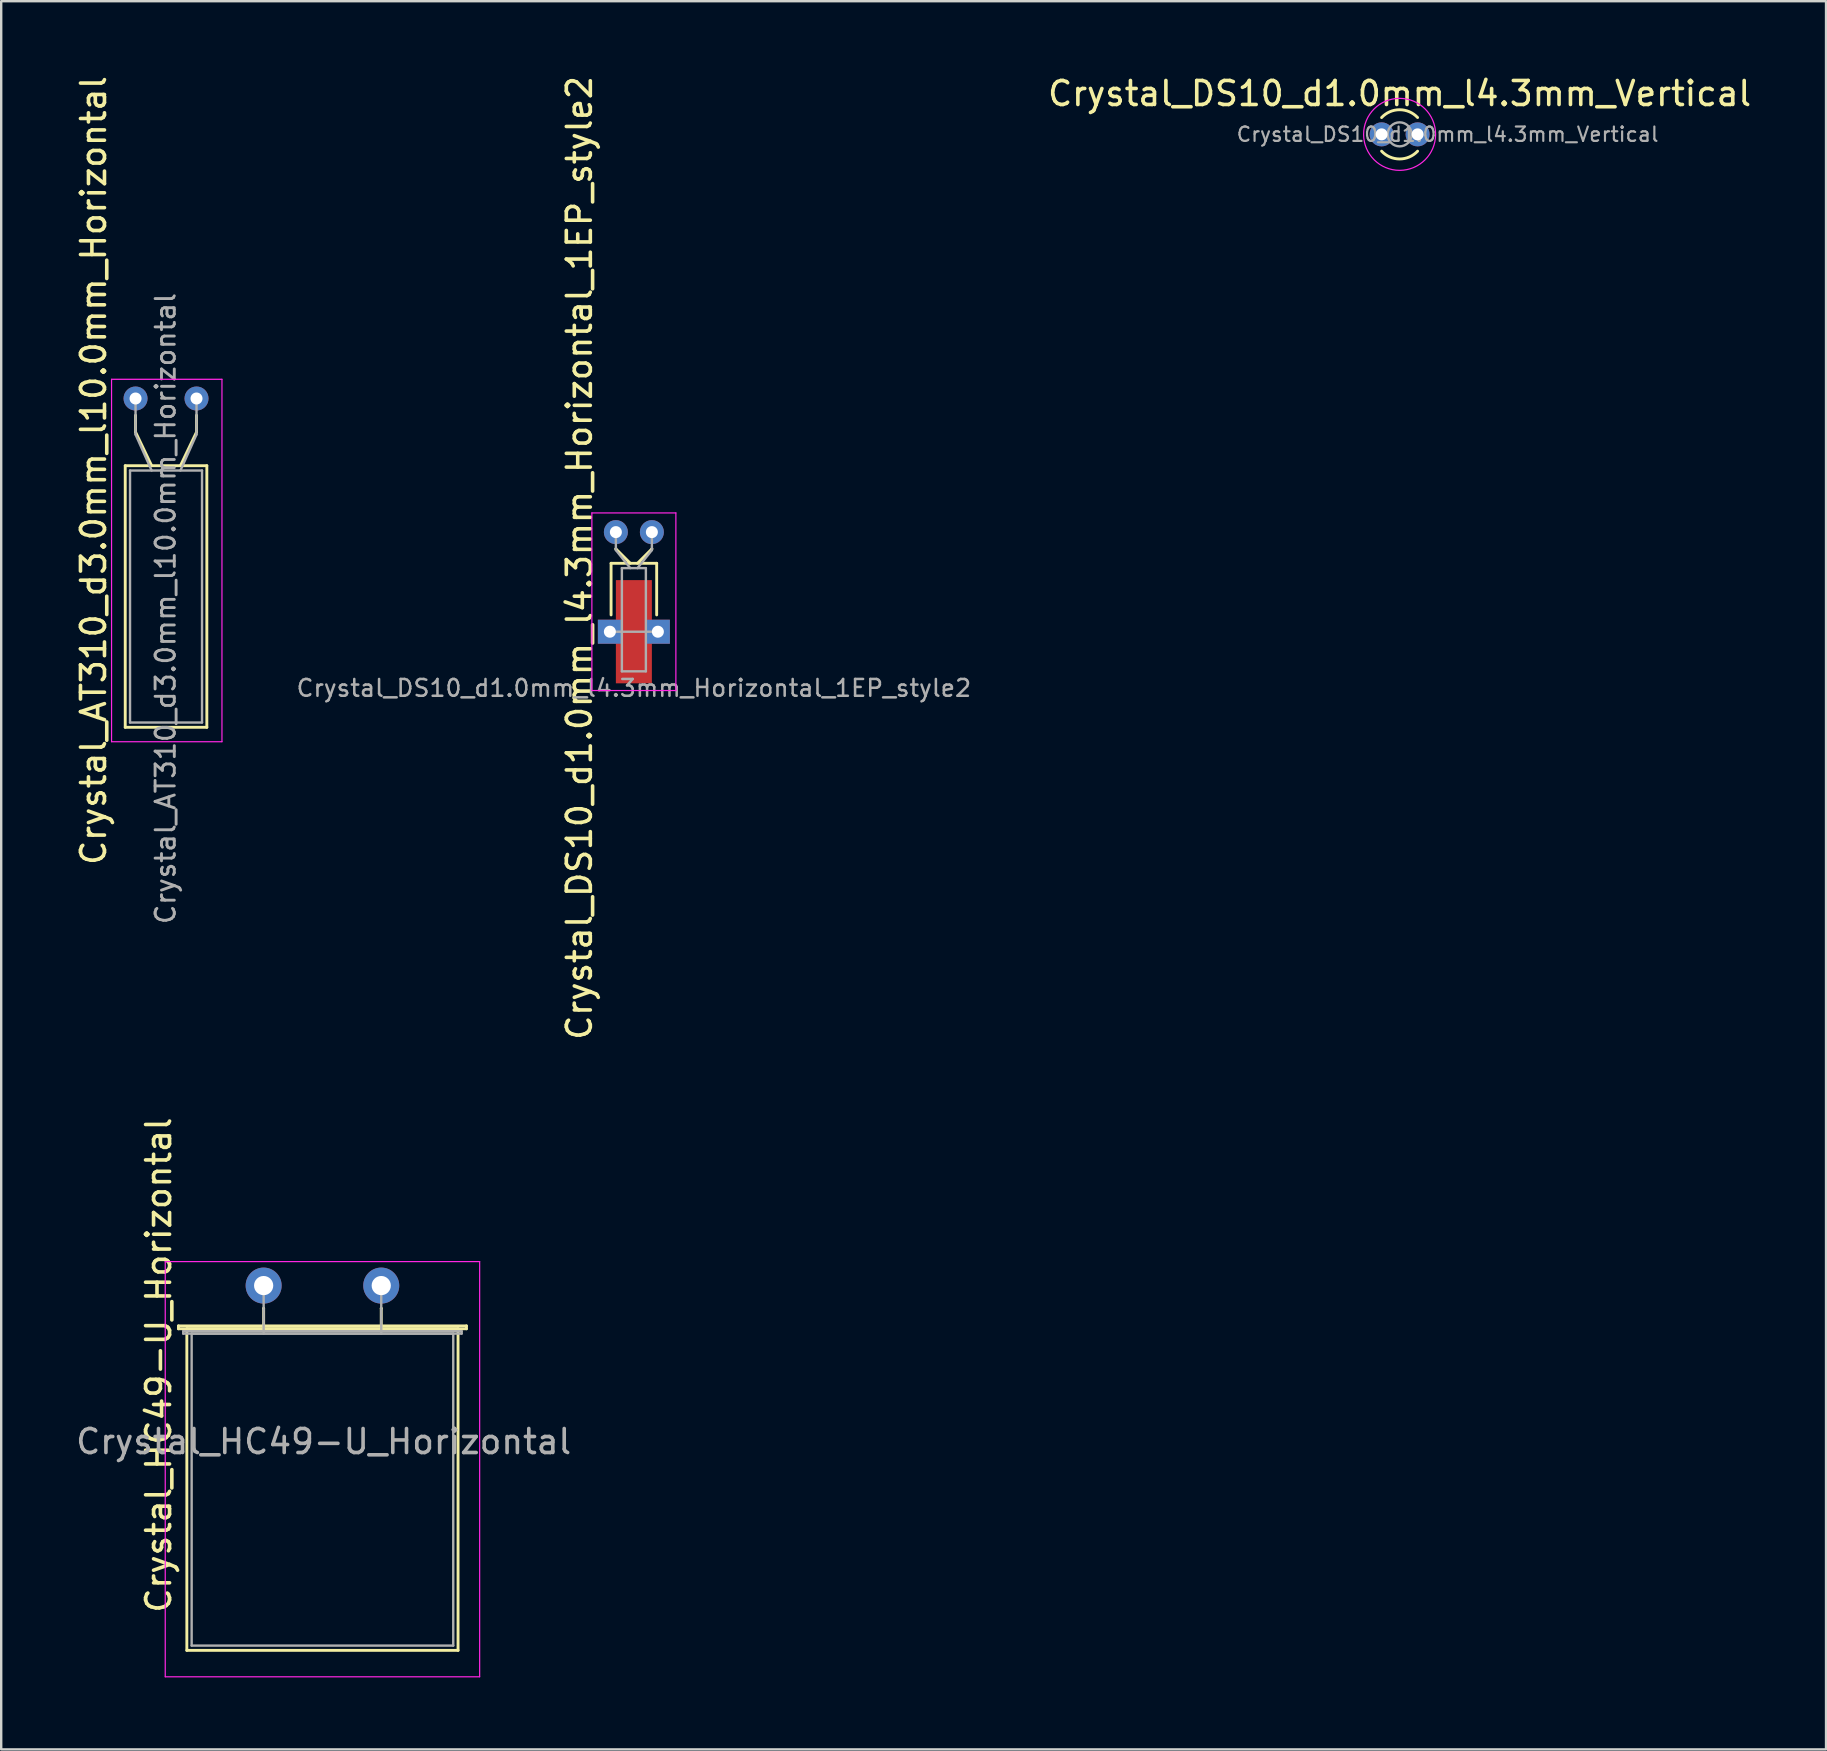
<source format=kicad_pcb>
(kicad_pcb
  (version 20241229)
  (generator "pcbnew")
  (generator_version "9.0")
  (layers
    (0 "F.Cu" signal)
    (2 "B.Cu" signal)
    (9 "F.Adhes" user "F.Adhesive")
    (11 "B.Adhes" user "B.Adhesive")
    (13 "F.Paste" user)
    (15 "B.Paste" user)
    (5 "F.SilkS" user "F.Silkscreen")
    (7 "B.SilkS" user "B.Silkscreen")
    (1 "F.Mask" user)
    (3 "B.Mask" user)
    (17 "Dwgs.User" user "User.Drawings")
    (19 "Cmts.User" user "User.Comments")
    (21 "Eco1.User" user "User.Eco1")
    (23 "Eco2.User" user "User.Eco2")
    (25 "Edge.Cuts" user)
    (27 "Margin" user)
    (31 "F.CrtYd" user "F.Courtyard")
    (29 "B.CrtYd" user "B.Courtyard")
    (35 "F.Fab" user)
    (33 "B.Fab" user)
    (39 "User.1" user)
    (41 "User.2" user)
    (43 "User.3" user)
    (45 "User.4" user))
  (footprint "Crystal_AT310_d3.0mm_l10.0mm_Horizontal"
    (layer "F.Cu")
    (at 2.598 13.554)
    (property "Reference" "Crystal_AT310_d3.0mm_l10.0mm_Horizontal" (at -1.75 3 90) (layer "F.SilkS") (effects (font (size 1 1) (thickness 0.15))))
    (attr through_hole)
    (fp_line (start -0.43 2.8) (end -0.43 13.7) (stroke (width 0.12) (type solid)) (layer "F.SilkS"))
    (fp_line (start -0.43 13.7) (end 2.97 13.7) (stroke (width 0.12) (type solid)) (layer "F.SilkS"))
    (fp_line (start 0 1.4) (end 0 0.7) (stroke (width 0.12) (type solid)) (layer "F.SilkS"))
    (fp_line (start 0.67 2.8) (end 0 1.4) (stroke (width 0.12) (type solid)) (layer "F.SilkS"))
    (fp_line (start 1.87 2.8) (end 2.54 1.4) (stroke (width 0.12) (type solid)) (layer "F.SilkS"))
    (fp_line (start 2.54 1.4) (end 2.54 0.7) (stroke (width 0.12) (type solid)) (layer "F.SilkS"))
    (fp_line (start 2.97 2.8) (end -0.43 2.8) (stroke (width 0.12) (type solid)) (layer "F.SilkS"))
    (fp_line (start 2.97 13.7) (end 2.97 2.8) (stroke (width 0.12) (type solid)) (layer "F.SilkS"))
    (fp_line (start -1 -0.8) (end -1 14.3) (stroke (width 0.05) (type solid)) (layer "F.CrtYd"))
    (fp_line (start -1 14.3) (end 3.6 14.3) (stroke (width 0.05) (type solid)) (layer "F.CrtYd"))
    (fp_line (start 3.6 -0.8) (end -1 -0.8) (stroke (width 0.05) (type solid)) (layer "F.CrtYd"))
    (fp_line (start 3.6 14.3) (end 3.6 -0.8) (stroke (width 0.05) (type solid)) (layer "F.CrtYd"))
    (fp_line (start -0.23 3) (end -0.23 13.5) (stroke (width 0.1) (type solid)) (layer "F.Fab"))
    (fp_line (start -0.23 13.5) (end 2.77 13.5) (stroke (width 0.1) (type solid)) (layer "F.Fab"))
    (fp_line (start 0 1.5) (end 0 0) (stroke (width 0.1) (type solid)) (layer "F.Fab"))
    (fp_line (start 0.67 3) (end 0 1.5) (stroke (width 0.1) (type solid)) (layer "F.Fab"))
    (fp_line (start 1.87 3) (end 2.54 1.5) (stroke (width 0.1) (type solid)) (layer "F.Fab"))
    (fp_line (start 2.54 1.5) (end 2.54 0) (stroke (width 0.1) (type solid)) (layer "F.Fab"))
    (fp_line (start 2.77 3) (end -0.23 3) (stroke (width 0.1) (type solid)) (layer "F.Fab"))
    (fp_line (start 2.77 13.5) (end 2.77 3) (stroke (width 0.1) (type solid)) (layer "F.Fab"))
    (fp_text user "${REFERENCE}" (at 1.25 8.75 90) (layer "F.Fab") (effects (font (size 0.8 0.8) (thickness 0.12))))
    (pad "1" thru_hole circle (at 0 0) (size 1 1) (drill 0.5) (layers "*.Cu" "*.Mask"))
    (pad "2" thru_hole circle (at 2.54 0) (size 1 1) (drill 0.5) (layers "*.Cu" "*.Mask")))
  (footprint "Crystal_DS10_d1.0mm_l4.3mm_Vertical"
    (layer "F.Cu")
    (at 54.516 2.548)
    (property "Reference" "Crystal_DS10_d1.0mm_l4.3mm_Vertical" (at 0.75 -1.7 0) (layer "F.SilkS") (effects (font (size 1 1) (thickness 0.15))))
    (attr through_hole)
    (fp_arc (start 0 -0.7) (mid 0.749553 -1.025914) (end 1.49939 -0.700653) (stroke (width 0.12) (type solid)) (layer "F.SilkS"))
    (fp_arc (start 1.49939 0.700653) (mid 0.749553 1.025914) (end 0 0.7) (stroke (width 0.12) (type solid)) (layer "F.SilkS"))
    (fp_circle (center 0.75 0) (end 2.25 0) (stroke (width 0.05) (type solid)) (fill no) (layer "F.CrtYd"))
    (fp_circle (center 0.75 0) (end 1.25 0) (stroke (width 0.1) (type solid)) (fill no) (layer "F.Fab"))
    (fp_text user "${REFERENCE}" (at 2.75 0 0) (layer "F.Fab") (effects (font (size 0.6 0.6) (thickness 0.09))))
    (pad "1" thru_hole circle (at 0 0) (size 1 1) (drill 0.5) (layers "*.Cu" "*.Mask"))
    (pad "2" thru_hole circle (at 1.5 0) (size 1 1) (drill 0.5) (layers "*.Cu" "*.Mask")))
  (footprint "Crystal_DS10_d1.0mm_l4.3mm_Horizontal_1EP_style2"
    (layer "F.Cu")
    (at 22.611 19.121)
    (property "Reference" "Crystal_DS10_d1.0mm_l4.3mm_Horizontal_1EP_style2" (at -1.52 1.075 90) (layer "F.SilkS") (effects (font (size 1 1) (thickness 0.15))))
    (attr through_hole)
    (fp_line (start -0.2 1.3) (end 1.7 1.3) (stroke (width 0.12) (type solid)) (layer "F.SilkS"))
    (fp_line (start -0.2 3.45) (end -0.2 1.3) (stroke (width 0.12) (type solid)) (layer "F.SilkS"))
    (fp_line (start 0 0.7) (end 0 0.7) (stroke (width 0.12) (type solid)) (layer "F.SilkS"))
    (fp_line (start 0.6 1.3) (end 0 0.7) (stroke (width 0.12) (type solid)) (layer "F.SilkS"))
    (fp_line (start 0.9 1.3) (end 1.5 0.7) (stroke (width 0.12) (type solid)) (layer "F.SilkS"))
    (fp_line (start 1.5 0.7) (end 1.5 0.7) (stroke (width 0.12) (type solid)) (layer "F.SilkS"))
    (fp_line (start 1.7 1.3) (end 1.7 3.45) (stroke (width 0.12) (type solid)) (layer "F.SilkS"))
    (fp_line (start -1 -0.8) (end -1 6.6) (stroke (width 0.05) (type solid)) (layer "F.CrtYd"))
    (fp_line (start -1 6.6) (end 2.5 6.6) (stroke (width 0.05) (type solid)) (layer "F.CrtYd"))
    (fp_line (start 2.5 -0.8) (end -1 -0.8) (stroke (width 0.05) (type solid)) (layer "F.CrtYd"))
    (fp_line (start 2.5 6.6) (end 2.5 -0.8) (stroke (width 0.05) (type solid)) (layer "F.CrtYd"))
    (fp_line (start -0.25 4.15) (end 1.75 4.15) (stroke (width 0.1) (type solid)) (layer "F.Fab"))
    (fp_line (start 0 0.75) (end 0 0) (stroke (width 0.1) (type solid)) (layer "F.Fab"))
    (fp_line (start 0.25 1.5) (end 0.25 5.8) (stroke (width 0.1) (type solid)) (layer "F.Fab"))
    (fp_line (start 0.25 5.8) (end 1.25 5.8) (stroke (width 0.1) (type solid)) (layer "F.Fab"))
    (fp_line (start 0.6 1.5) (end 0 0.75) (stroke (width 0.1) (type solid)) (layer "F.Fab"))
    (fp_line (start 0.9 1.5) (end 1.5 0.75) (stroke (width 0.1) (type solid)) (layer "F.Fab"))
    (fp_line (start 1.25 1.5) (end 0.25 1.5) (stroke (width 0.1) (type solid)) (layer "F.Fab"))
    (fp_line (start 1.25 5.8) (end 1.25 1.5) (stroke (width 0.1) (type solid)) (layer "F.Fab"))
    (fp_line (start 1.5 0.75) (end 1.5 0) (stroke (width 0.1) (type solid)) (layer "F.Fab"))
    (fp_text user "${REFERENCE}" (at 0.75 6.5 180) (layer "F.Fab") (effects (font (size 0.7 0.7) (thickness 0.105))))
    (pad "1" thru_hole circle (at 0 0) (size 1 1) (drill 0.5) (layers "*.Cu" "*.Mask"))
    (pad "2" thru_hole circle (at 1.5 0) (size 1 1) (drill 0.5) (layers "*.Cu" "*.Mask"))
    (pad "3" thru_hole rect (at -0.25 4.15) (size 1 1) (drill 0.5) (layers "*.Cu" "*.Mask"))
    (pad "3" smd rect (at 0.75 4.15) (size 1.5 4.3) (layers "F.Cu" "F.Mask" "F.Paste"))
    (pad "3" thru_hole rect (at 1.75 4.15) (size 1 1) (drill 0.5) (layers "*.Cu" "*.Mask")))
  (footprint "Crystal_HC49-U_Horizontal"
    (layer "F.Cu")
    (at 7.935 50.515)
    (property "Reference" "Crystal_HC49-U_Horizontal" (at -4.375 3.312 90) (layer "F.SilkS") (effects (font (size 1 1) (thickness 0.15))))
    (attr through_hole)
    (fp_line (start -3.55 1.68) (end 8.45 1.68) (stroke (width 0.12) (type solid)) (layer "F.SilkS"))
    (fp_line (start -3.55 1.8) (end -3.55 1.68) (stroke (width 0.12) (type solid)) (layer "F.SilkS"))
    (fp_line (start -3.2 1.8) (end -3.2 15.2) (stroke (width 0.12) (type solid)) (layer "F.SilkS"))
    (fp_line (start -3.2 15.2) (end 8.1 15.2) (stroke (width 0.12) (type solid)) (layer "F.SilkS"))
    (fp_line (start 0 0.95) (end 0 0.95) (stroke (width 0.12) (type solid)) (layer "F.SilkS"))
    (fp_line (start 0 1.8) (end 0 0.95) (stroke (width 0.12) (type solid)) (layer "F.SilkS"))
    (fp_line (start 4.9 0.95) (end 4.9 0.95) (stroke (width 0.12) (type solid)) (layer "F.SilkS"))
    (fp_line (start 4.9 1.8) (end 4.9 0.95) (stroke (width 0.12) (type solid)) (layer "F.SilkS"))
    (fp_line (start 8.1 1.8) (end -3.2 1.8) (stroke (width 0.12) (type solid)) (layer "F.SilkS"))
    (fp_line (start 8.1 15.2) (end 8.1 1.8) (stroke (width 0.12) (type solid)) (layer "F.SilkS"))
    (fp_line (start 8.45 1.68) (end 8.45 1.8) (stroke (width 0.12) (type solid)) (layer "F.SilkS"))
    (fp_line (start 8.45 1.8) (end -3.55 1.8) (stroke (width 0.12) (type solid)) (layer "F.SilkS"))
    (fp_line (start -4.1 -1) (end -4.1 16.3) (stroke (width 0.05) (type solid)) (layer "F.CrtYd"))
    (fp_line (start -4.1 16.3) (end 9 16.3) (stroke (width 0.05) (type solid)) (layer "F.CrtYd"))
    (fp_line (start 9 -1) (end -4.1 -1) (stroke (width 0.05) (type solid)) (layer "F.CrtYd"))
    (fp_line (start 9 16.3) (end 9 -1) (stroke (width 0.05) (type solid)) (layer "F.CrtYd"))
    (fp_line (start -3.35 1.9) (end 8.25 1.9) (stroke (width 0.1) (type solid)) (layer "F.Fab"))
    (fp_line (start -3.35 2) (end -3.35 1.9) (stroke (width 0.1) (type solid)) (layer "F.Fab"))
    (fp_line (start -3 2) (end -3 15) (stroke (width 0.1) (type solid)) (layer "F.Fab"))
    (fp_line (start -3 15) (end 7.9 15) (stroke (width 0.1) (type solid)) (layer "F.Fab"))
    (fp_line (start 0 1) (end 0 0) (stroke (width 0.1) (type solid)) (layer "F.Fab"))
    (fp_line (start 0 2) (end 0 1) (stroke (width 0.1) (type solid)) (layer "F.Fab"))
    (fp_line (start 4.9 1) (end 4.9 0) (stroke (width 0.1) (type solid)) (layer "F.Fab"))
    (fp_line (start 4.9 2) (end 4.9 1) (stroke (width 0.1) (type solid)) (layer "F.Fab"))
    (fp_line (start 7.9 2) (end -3 2) (stroke (width 0.1) (type solid)) (layer "F.Fab"))
    (fp_line (start 7.9 15) (end 7.9 2) (stroke (width 0.1) (type solid)) (layer "F.Fab"))
    (fp_line (start 8.25 1.9) (end 8.25 2) (stroke (width 0.1) (type solid)) (layer "F.Fab"))
    (fp_line (start 8.25 2) (end -3.35 2) (stroke (width 0.1) (type solid)) (layer "F.Fab"))
    (fp_text user "${REFERENCE}" (at 2.5 6.5 0) (layer "F.Fab") (effects (font (size 1 1) (thickness 0.15))))
    (pad "1" thru_hole circle (at 0 0) (size 1.5 1.5) (drill 0.8) (layers "*.Cu" "*.Mask"))
    (pad "2" thru_hole circle (at 4.9 0) (size 1.5 1.5) (drill 0.8) (layers "*.Cu" "*.Mask")))
  (gr_rect
    (start -3 -3)
    (end 73.034 69.84)
    (stroke (width 0.1) (type default))
    (fill no)
    (layer "Edge.Cuts")))
</source>
